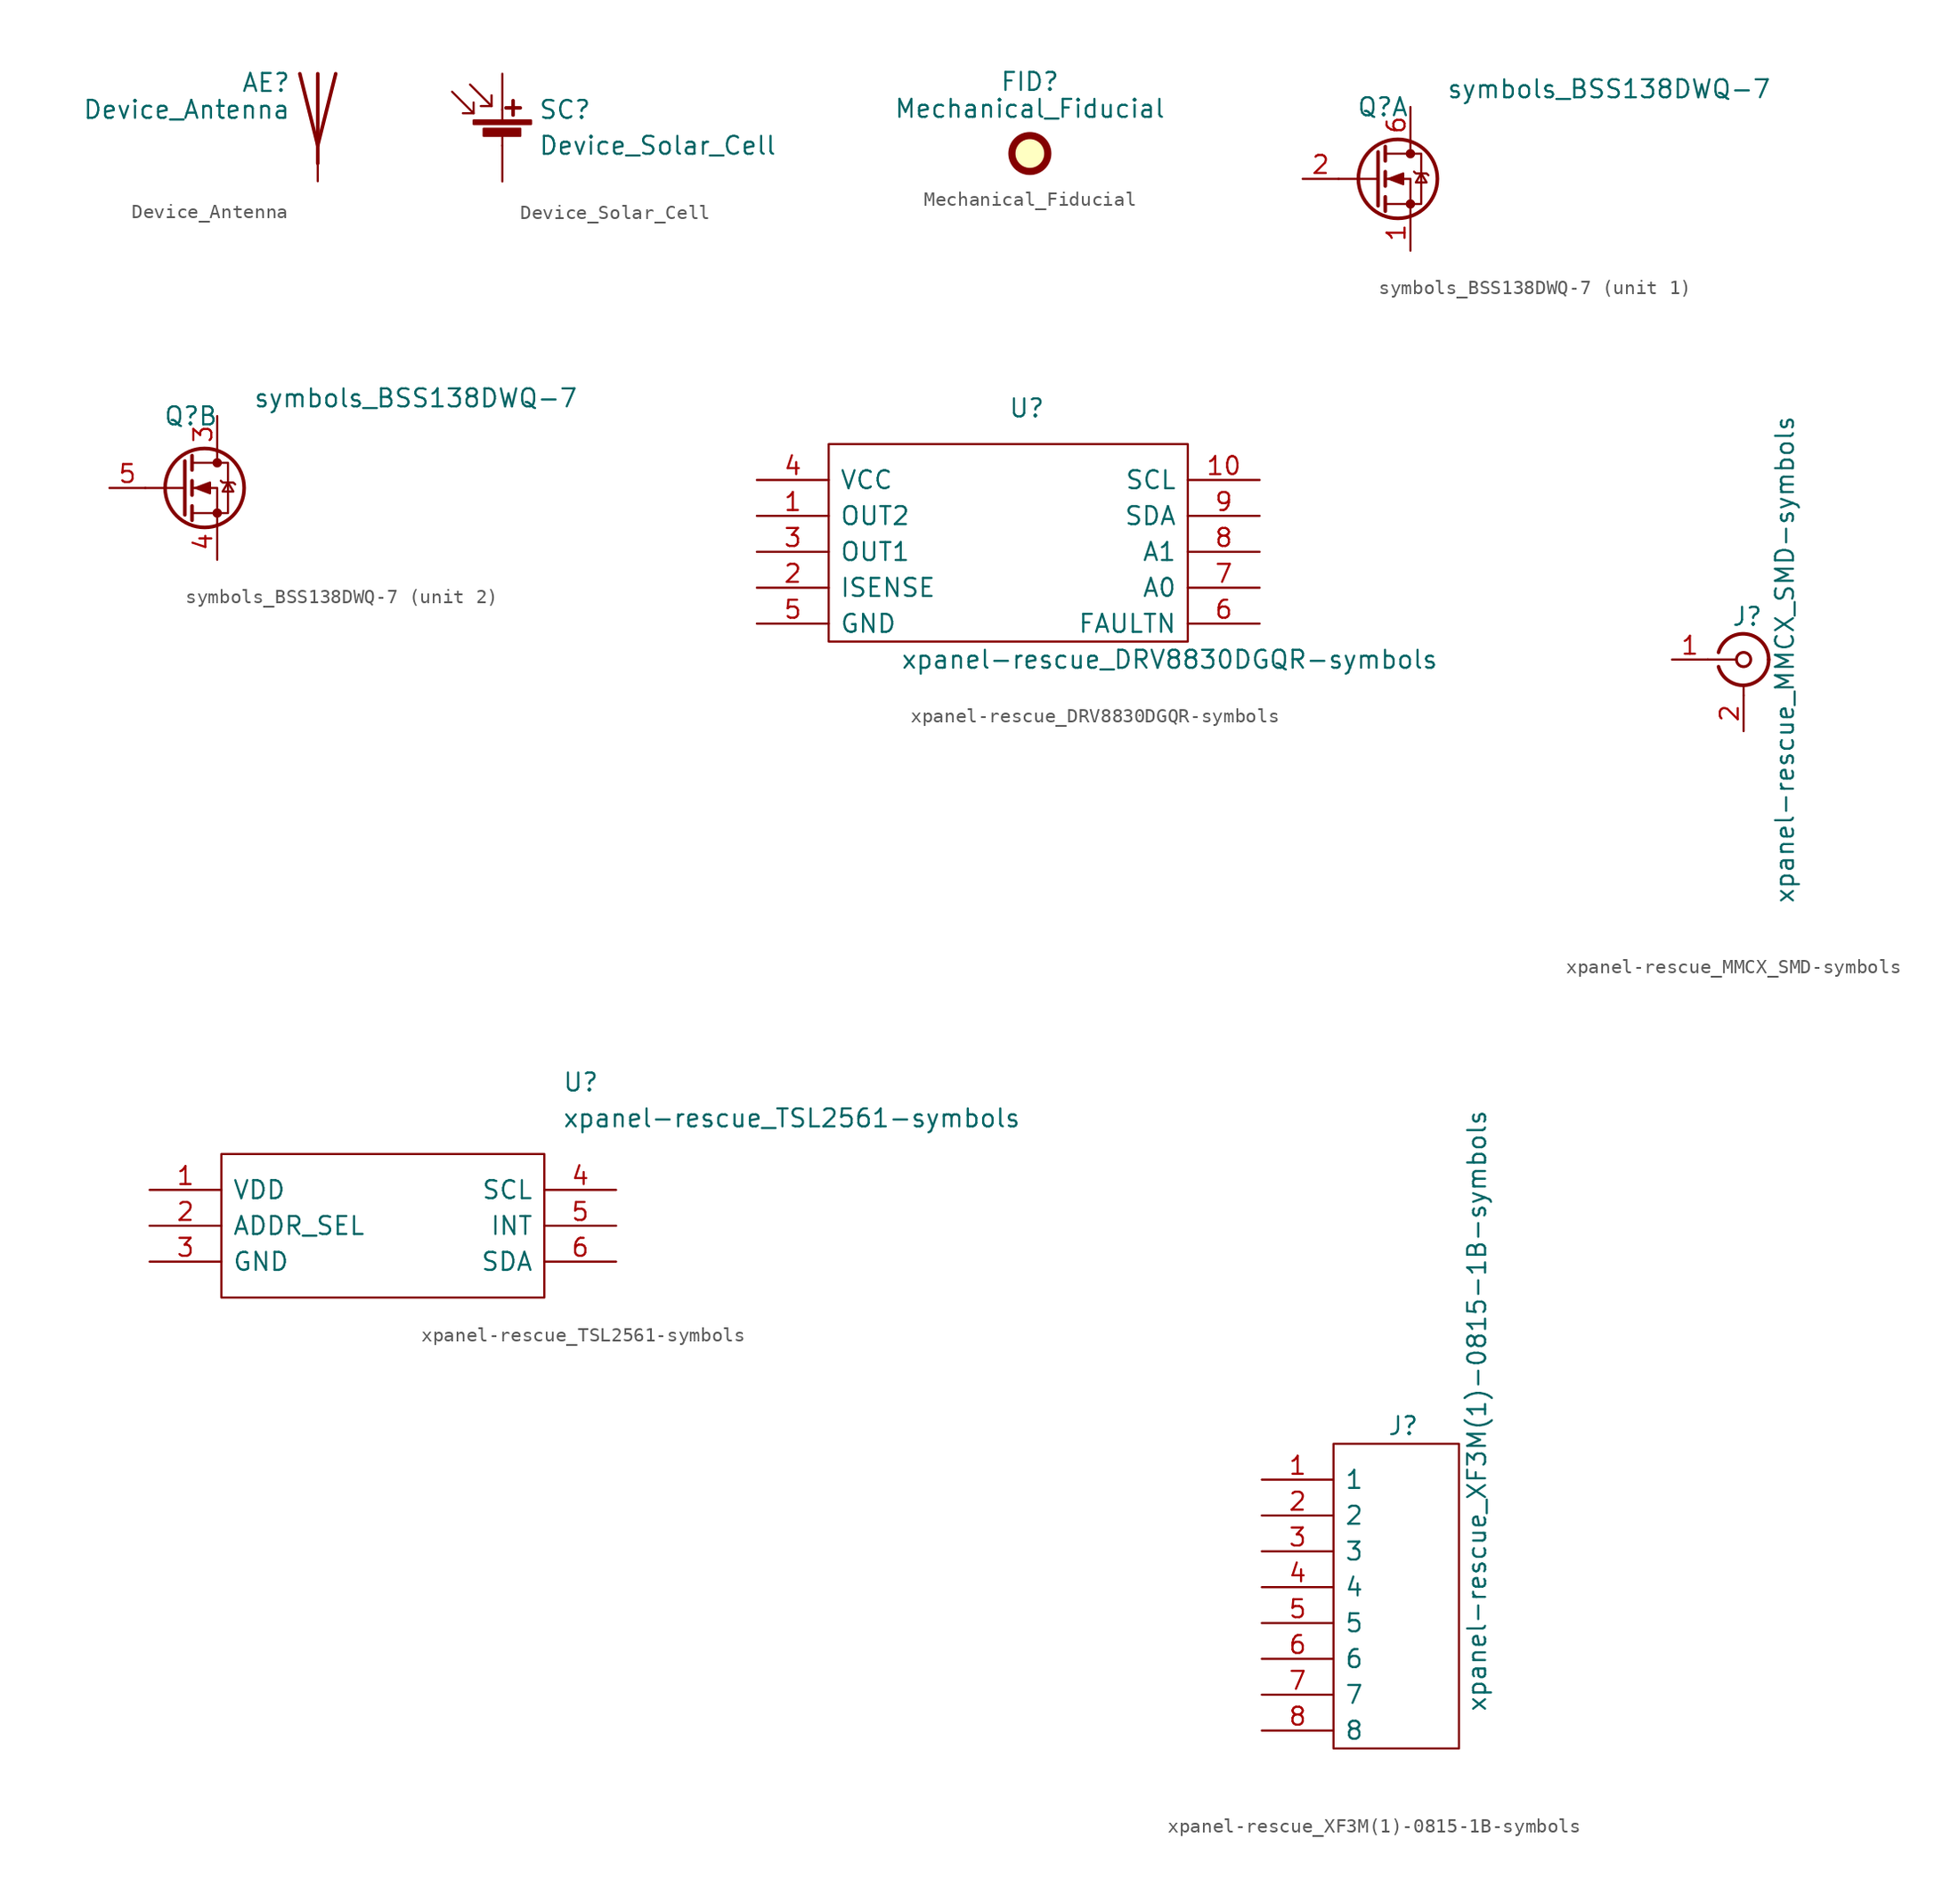
<source format=kicad_sym>
(kicad_symbol_lib
  (version 20211014)
  (generator kicad_symbol_editor)
  (symbol "Device_Antenna"
    (pin_numbers hide)
    (pin_names
      (offset 1.016) hide)
    (property "Reference" "AE"
      (at -1.905 1.905 0)
      (effects (font (size 1.27 1.27)) (justify right)))
    (property "Value" "Device_Antenna"
      (at -1.905 0 0)
      (effects (font (size 1.27 1.27)) (justify right)))
    (symbol "Device_Antenna_0_1"
      (polyline (pts (xy 0 2.54) (xy 0 -3.81)) (stroke (width 0.254) (type default) (color 0 0 0 0)) (fill (type none)))
      (polyline (pts (xy 1.27 2.54) (xy 0 -2.54) (xy -1.27 2.54)) (stroke (width 0.254) (type default) (color 0 0 0 0)) (fill (type none))))
    (symbol "Device_Antenna_1_1"
      (pin input line (at 0 -5.08 90) (length 2.54) (name "A" (effects (font (size 1.27 1.27)))) (number "1" (effects (font (size 1.27 1.27)))))))
  (symbol "Device_Solar_Cell"
    (pin_numbers hide)
    (pin_names
      (offset 0) hide)
    (property "Reference" "SC"
      (at 2.54 2.54 0)
      (effects (font (size 1.27 1.27)) (justify left)))
    (property "Value" "Device_Solar_Cell"
      (at 2.54 0 0)
      (effects (font (size 1.27 1.27)) (justify left)))
    (symbol "Device_Solar_Cell_0_1"
      (rectangle (start -2.032 1.778) (end 2.032 1.524) (stroke (width 0) (type default) (color 0 0 0 0)) (fill (type outline)))
      (rectangle (start -1.321 1.194) (end 1.27 0.686) (stroke (width 0) (type default) (color 0 0 0 0)) (fill (type outline)))
      (polyline (pts (xy -2.032 2.286) (xy -3.556 3.81)) (stroke (width 0) (type default) (color 0 0 0 0)) (fill (type none)))
      (polyline (pts (xy -0.762 2.794) (xy -2.286 4.318)) (stroke (width 0) (type default) (color 0 0 0 0)) (fill (type none)))
      (polyline (pts (xy 0 0.762) (xy 0 0)) (stroke (width 0) (type default) (color 0 0 0 0)) (fill (type none)))
      (polyline (pts (xy 0 1.778) (xy 0 2.54)) (stroke (width 0) (type default) (color 0 0 0 0)) (fill (type none)))
      (polyline (pts (xy 0.254 2.667) (xy 1.27 2.667)) (stroke (width 0.254) (type default) (color 0 0 0 0)) (fill (type none)))
      (polyline (pts (xy 0.762 3.175) (xy 0.762 2.159)) (stroke (width 0.254) (type default) (color 0 0 0 0)) (fill (type none)))
      (polyline (pts (xy -2.032 3.048) (xy -2.032 2.286) (xy -2.794 2.286)) (stroke (width 0) (type default) (color 0 0 0 0)) (fill (type none)))
      (polyline (pts (xy -0.762 3.556) (xy -0.762 2.794) (xy -1.524 2.794)) (stroke (width 0) (type default) (color 0 0 0 0)) (fill (type none))))
    (symbol "Device_Solar_Cell_1_1"
      (pin passive line (at 0 5.08 270) (length 2.54) (name "+" (effects (font (size 1.27 1.27)))) (number "1" (effects (font (size 1.27 1.27)))))
      (pin passive line (at 0 -2.54 90) (length 2.54) (name "-" (effects (font (size 1.27 1.27)))) (number "2" (effects (font (size 1.27 1.27)))))))
  (symbol "Mechanical_Fiducial"
    (property "Reference" "FID"
      (at 0 5.08 0)
      (effects (font (size 1.27 1.27))))
    (property "Value" "Mechanical_Fiducial"
      (at 0 3.175 0)
      (effects (font (size 1.27 1.27))))
    (symbol "Mechanical_Fiducial_0_1"
      (circle (center 0 0) (radius 1.27) (stroke (width 0.508) (type default) (color 0 0 0 0)) (fill (type background)))))
  (symbol "symbols_BSS138DWQ-7"
    (pin_names
      (offset 0.762) hide)
    (property "Reference" "Q"
      (at -2.54 5.08 0)
      (effects (font (size 1.27 1.27)) (justify left)))
    (property "Value" "symbols_BSS138DWQ-7"
      (at 3.81 6.35 0)
      (effects (font (size 1.27 1.27)) (justify left)))
    (property "ki_locked" ""
      (at 0 0 0)
      (effects (font (size 1.27 1.27))))
    (symbol "symbols_BSS138DWQ-7_1_1"
      (polyline (pts (xy -1.016 0) (xy -3.81 0)) (stroke (width 0) (type default) (color 0 0 0 0)) (fill (type none)))
      (polyline (pts (xy -1.016 1.905) (xy -1.016 -1.905)) (stroke (width 0.254) (type default) (color 0 0 0 0)) (fill (type none)))
      (polyline (pts (xy -0.508 -1.27) (xy -0.508 -2.286)) (stroke (width 0.254) (type default) (color 0 0 0 0)) (fill (type none)))
      (polyline (pts (xy -0.508 0.508) (xy -0.508 -0.508)) (stroke (width 0.254) (type default) (color 0 0 0 0)) (fill (type none)))
      (polyline (pts (xy -0.508 2.286) (xy -0.508 1.27)) (stroke (width 0.254) (type default) (color 0 0 0 0)) (fill (type none)))
      (polyline (pts (xy 1.27 2.54) (xy 1.27 1.778)) (stroke (width 0) (type default) (color 0 0 0 0)) (fill (type none)))
      (polyline (pts (xy 1.27 -2.54) (xy 1.27 0) (xy -0.508 0)) (stroke (width 0) (type default) (color 0 0 0 0)) (fill (type none)))
      (polyline (pts (xy -0.508 -1.778) (xy 2.032 -1.778) (xy 2.032 1.778) (xy -0.508 1.778)) (stroke (width 0) (type default) (color 0 0 0 0)) (fill (type none)))
      (polyline (pts (xy -0.254 0) (xy 0.762 0.381) (xy 0.762 -0.381) (xy -0.254 0)) (stroke (width 0) (type default) (color 0 0 0 0)) (fill (type outline)))
      (polyline (pts (xy 1.524 0.508) (xy 1.651 0.381) (xy 2.413 0.381) (xy 2.54 0.254)) (stroke (width 0) (type default) (color 0 0 0 0)) (fill (type none)))
      (polyline (pts (xy 2.032 0.381) (xy 1.651 -0.254) (xy 2.413 -0.254) (xy 2.032 0.381)) (stroke (width 0) (type default) (color 0 0 0 0)) (fill (type none)))
      (circle (center 0.381 0) (radius 2.794) (stroke (width 0.254) (type default) (color 0 0 0 0)) (fill (type none)))
      (circle (center 1.27 -1.778) (radius 0.254) (stroke (width 0) (type default) (color 0 0 0 0)) (fill (type outline)))
      (circle (center 1.27 1.778) (radius 0.254) (stroke (width 0) (type default) (color 0 0 0 0)) (fill (type outline)))
      (pin passive line (at 1.27 -5.08 90) (length 2.54) (name "S2" (effects (font (size 1.27 1.27)))) (number "1" (effects (font (size 1.27 1.27)))))
      (pin input line (at -6.35 0 0) (length 2.54) (name "G2" (effects (font (size 1.27 1.27)))) (number "2" (effects (font (size 1.27 1.27)))))
      (pin passive line (at 1.27 5.08 270) (length 2.54) (name "D1" (effects (font (size 1.27 1.27)))) (number "6" (effects (font (size 1.27 1.27))))))
    (symbol "symbols_BSS138DWQ-7_2_1"
      (polyline (pts (xy -1.016 0) (xy -3.81 0)) (stroke (width 0) (type default) (color 0 0 0 0)) (fill (type none)))
      (polyline (pts (xy -1.016 1.905) (xy -1.016 -1.905)) (stroke (width 0.254) (type default) (color 0 0 0 0)) (fill (type none)))
      (polyline (pts (xy -0.508 -1.27) (xy -0.508 -2.286)) (stroke (width 0.254) (type default) (color 0 0 0 0)) (fill (type none)))
      (polyline (pts (xy -0.508 0.508) (xy -0.508 -0.508)) (stroke (width 0.254) (type default) (color 0 0 0 0)) (fill (type none)))
      (polyline (pts (xy -0.508 2.286) (xy -0.508 1.27)) (stroke (width 0.254) (type default) (color 0 0 0 0)) (fill (type none)))
      (polyline (pts (xy 1.27 2.54) (xy 1.27 1.778)) (stroke (width 0) (type default) (color 0 0 0 0)) (fill (type none)))
      (polyline (pts (xy 1.27 -2.54) (xy 1.27 0) (xy -0.508 0)) (stroke (width 0) (type default) (color 0 0 0 0)) (fill (type none)))
      (polyline (pts (xy -0.508 -1.778) (xy 2.032 -1.778) (xy 2.032 1.778) (xy -0.508 1.778)) (stroke (width 0) (type default) (color 0 0 0 0)) (fill (type none)))
      (polyline (pts (xy -0.254 0) (xy 0.762 0.381) (xy 0.762 -0.381) (xy -0.254 0)) (stroke (width 0) (type default) (color 0 0 0 0)) (fill (type outline)))
      (polyline (pts (xy 1.524 0.508) (xy 1.651 0.381) (xy 2.413 0.381) (xy 2.54 0.254)) (stroke (width 0) (type default) (color 0 0 0 0)) (fill (type none)))
      (polyline (pts (xy 2.032 0.381) (xy 1.651 -0.254) (xy 2.413 -0.254) (xy 2.032 0.381)) (stroke (width 0) (type default) (color 0 0 0 0)) (fill (type none)))
      (circle (center 0.381 0) (radius 2.794) (stroke (width 0.254) (type default) (color 0 0 0 0)) (fill (type none)))
      (circle (center 1.27 -1.778) (radius 0.254) (stroke (width 0) (type default) (color 0 0 0 0)) (fill (type outline)))
      (circle (center 1.27 1.778) (radius 0.254) (stroke (width 0) (type default) (color 0 0 0 0)) (fill (type outline)))
      (pin passive line (at 1.27 5.08 270) (length 2.54) (name "D2" (effects (font (size 1.27 1.27)))) (number "3" (effects (font (size 1.27 1.27)))))
      (pin passive line (at 1.27 -5.08 90) (length 2.54) (name "S1" (effects (font (size 1.27 1.27)))) (number "4" (effects (font (size 1.27 1.27)))))
      (pin input line (at -6.35 0 0) (length 2.54) (name "G1" (effects (font (size 1.27 1.27)))) (number "5" (effects (font (size 1.27 1.27)))))))
  (symbol "xpanel-rescue_DRV8830DGQR-symbols"
    (pin_names
      (offset 0.762))
    (property "Reference" "U"
      (at 0 10.16 0)
      (effects (font (size 1.27 1.27)) (justify left)))
    (property "Value" "xpanel-rescue_DRV8830DGQR-symbols"
      (at -7.62 -7.62 0)
      (effects (font (size 1.27 1.27)) (justify left)))
    (symbol "xpanel-rescue_DRV8830DGQR-symbols_0_0"
      (pin output line (at -17.78 2.54 0) (length 5.08) (name "OUT2" (effects (font (size 1.27 1.27)))) (number "1" (effects (font (size 1.27 1.27)))))
      (pin unspecified line (at 17.78 5.08 180) (length 5.08) (name "SCL" (effects (font (size 1.27 1.27)))) (number "10" (effects (font (size 1.27 1.27)))))
      (pin unspecified line (at -17.78 -5.08 0) (length 5.08) hide (name "EP" (effects (font (size 1.27 1.27)))) (number "11" (effects (font (size 1.27 1.27)))))
      (pin unspecified line (at -17.78 -2.54 0) (length 5.08) (name "ISENSE" (effects (font (size 1.27 1.27)))) (number "2" (effects (font (size 1.27 1.27)))))
      (pin output line (at -17.78 0 0) (length 5.08) (name "OUT1" (effects (font (size 1.27 1.27)))) (number "3" (effects (font (size 1.27 1.27)))))
      (pin power_in line (at -17.78 5.08 0) (length 5.08) (name "VCC" (effects (font (size 1.27 1.27)))) (number "4" (effects (font (size 1.27 1.27)))))
      (pin power_in line (at -17.78 -5.08 0) (length 5.08) (name "GND" (effects (font (size 1.27 1.27)))) (number "5" (effects (font (size 1.27 1.27)))))
      (pin unspecified line (at 17.78 -5.08 180) (length 5.08) (name "FAULTN" (effects (font (size 1.27 1.27)))) (number "6" (effects (font (size 1.27 1.27)))))
      (pin unspecified line (at 17.78 -2.54 180) (length 5.08) (name "A0" (effects (font (size 1.27 1.27)))) (number "7" (effects (font (size 1.27 1.27)))))
      (pin unspecified line (at 17.78 0 180) (length 5.08) (name "A1" (effects (font (size 1.27 1.27)))) (number "8" (effects (font (size 1.27 1.27)))))
      (pin unspecified line (at 17.78 2.54 180) (length 5.08) (name "SDA" (effects (font (size 1.27 1.27)))) (number "9" (effects (font (size 1.27 1.27))))))
    (symbol "xpanel-rescue_DRV8830DGQR-symbols_0_1"
      (rectangle (start -12.7 7.62) (end 12.7 -6.35) (stroke (width 0) (type default) (color 0 0 0 0)) (fill (type none)))))
  (symbol "xpanel-rescue_MMCX_SMD-symbols"
    (pin_names
      (offset 1.016) hide)
    (property "Reference" "J"
      (at 0.254 3.048 0)
      (effects (font (size 1.27 1.27))))
    (property "Value" "xpanel-rescue_MMCX_SMD-symbols"
      (at 2.921 0 90)
      (effects (font (size 1.27 1.27))))
    (symbol "xpanel-rescue_MMCX_SMD-symbols_0_1"
      (arc (start -1.778 -0.508) (mid 0.2311 -1.8066) (end 1.778 0) (stroke (width 0.254) (type default) (color 0 0 0 0)) (fill (type none)))
      (polyline (pts (xy -2.54 0) (xy -0.508 0)) (stroke (width 0) (type default) (color 0 0 0 0)) (fill (type none)))
      (polyline (pts (xy 0 -2.54) (xy 0 -1.778)) (stroke (width 0) (type default) (color 0 0 0 0)) (fill (type none)))
      (circle (center 0 0) (radius 0.508) (stroke (width 0.203) (type default) (color 0 0 0 0)) (fill (type none)))
      (arc (start 1.778 0) (mid 0.2099 1.8101) (end -1.778 0.508) (stroke (width 0.254) (type default) (color 0 0 0 0)) (fill (type none))))
    (symbol "xpanel-rescue_MMCX_SMD-symbols_1_1"
      (pin passive line (at -5.08 0 0) (length 2.54) (name "In" (effects (font (size 1.27 1.27)))) (number "1" (effects (font (size 1.27 1.27)))))
      (pin passive line (at 0 -5.08 90) (length 2.54) (name "Ext" (effects (font (size 1.27 1.27)))) (number "2" (effects (font (size 1.27 1.27)))))
      (pin passive line (at 0 -5.08 90) (length 2.54) hide (name "3" (effects (font (size 1.27 1.27)))) (number "3" (effects (font (size 1.27 1.27)))))
      (pin passive line (at 0 -5.08 90) (length 2.54) hide (name "4" (effects (font (size 1.27 1.27)))) (number "4" (effects (font (size 1.27 1.27)))))
      (pin passive line (at 0 -5.08 90) (length 2.54) hide (name "5" (effects (font (size 1.27 1.27)))) (number "5" (effects (font (size 1.27 1.27)))))))
  (symbol "xpanel-rescue_TSL2561-symbols"
    (pin_names
      (offset 0.762))
    (property "Reference" "U"
      (at 29.21 7.62 0)
      (effects (font (size 1.27 1.27)) (justify left)))
    (property "Value" "xpanel-rescue_TSL2561-symbols"
      (at 29.21 5.08 0)
      (effects (font (size 1.27 1.27)) (justify left)))
    (symbol "xpanel-rescue_TSL2561-symbols_0_0"
      (pin unspecified line (at 0 0 0) (length 5.08) (name "VDD" (effects (font (size 1.27 1.27)))) (number "1" (effects (font (size 1.27 1.27)))))
      (pin unspecified line (at 0 -2.54 0) (length 5.08) (name "ADDR_SEL" (effects (font (size 1.27 1.27)))) (number "2" (effects (font (size 1.27 1.27)))))
      (pin unspecified line (at 0 -5.08 0) (length 5.08) (name "GND" (effects (font (size 1.27 1.27)))) (number "3" (effects (font (size 1.27 1.27)))))
      (pin unspecified line (at 33.02 0 180) (length 5.08) (name "SCL" (effects (font (size 1.27 1.27)))) (number "4" (effects (font (size 1.27 1.27)))))
      (pin unspecified line (at 33.02 -2.54 180) (length 5.08) (name "INT" (effects (font (size 1.27 1.27)))) (number "5" (effects (font (size 1.27 1.27)))))
      (pin unspecified line (at 33.02 -5.08 180) (length 5.08) (name "SDA" (effects (font (size 1.27 1.27)))) (number "6" (effects (font (size 1.27 1.27))))))
    (symbol "xpanel-rescue_TSL2561-symbols_0_1"
      (polyline (pts (xy 5.08 2.54) (xy 27.94 2.54) (xy 27.94 -7.62) (xy 5.08 -7.62) (xy 5.08 2.54)) (stroke (width 0.152) (type default) (color 0 0 0 0)) (fill (type none)))))
  (symbol "xpanel-rescue_XF3M(1)-0815-1B-symbols"
    (pin_names
      (offset 0.762))
    (property "Reference" "J"
      (at -1.27 11.43 0)
      (effects (font (size 1.27 1.27)) (justify left)))
    (property "Value" "xpanel-rescue_XF3M(1)-0815-1B-symbols"
      (at 5.08 -8.89 90)
      (effects (font (size 1.27 1.27)) (justify left)))
    (symbol "xpanel-rescue_XF3M(1)-0815-1B-symbols_0_0"
      (pin unspecified line (at -10.16 7.62 0) (length 5.08) (name "1" (effects (font (size 1.27 1.27)))) (number "1" (effects (font (size 1.27 1.27)))))
      (pin unspecified line (at -10.16 5.08 0) (length 5.08) (name "2" (effects (font (size 1.27 1.27)))) (number "2" (effects (font (size 1.27 1.27)))))
      (pin unspecified line (at -10.16 2.54 0) (length 5.08) (name "3" (effects (font (size 1.27 1.27)))) (number "3" (effects (font (size 1.27 1.27)))))
      (pin unspecified line (at -10.16 0 0) (length 5.08) (name "4" (effects (font (size 1.27 1.27)))) (number "4" (effects (font (size 1.27 1.27)))))
      (pin unspecified line (at -10.16 -2.54 0) (length 5.08) (name "5" (effects (font (size 1.27 1.27)))) (number "5" (effects (font (size 1.27 1.27)))))
      (pin unspecified line (at -10.16 -5.08 0) (length 5.08) (name "6" (effects (font (size 1.27 1.27)))) (number "6" (effects (font (size 1.27 1.27)))))
      (pin unspecified line (at 0.254 -8.382 90) (length 5.08) hide (name "MP1" (effects (font (size 1.27 1.27)))) (number "MP1" (effects (font (size 1.27 1.27)))))
      (pin unspecified line (at 0.254 -8.382 90) (length 5.08) hide (name "MP2" (effects (font (size 1.27 1.27)))) (number "MP2" (effects (font (size 1.27 1.27))))))
    (symbol "xpanel-rescue_XF3M(1)-0815-1B-symbols_0_1"
      (rectangle (start -5.08 10.16) (end 3.81 -11.43) (stroke (width 0) (type default) (color 0 0 0 0)) (fill (type none))))
    (symbol "xpanel-rescue_XF3M(1)-0815-1B-symbols_1_1"
      (pin unspecified line (at -10.16 -7.62 0) (length 5.08) (name "7" (effects (font (size 1.27 1.27)))) (number "7" (effects (font (size 1.27 1.27)))))
      (pin input line (at -10.16 -10.16 0) (length 5.08) (name "8" (effects (font (size 1.27 1.27)))) (number "8" (effects (font (size 1.27 1.27))))))))
</source>
